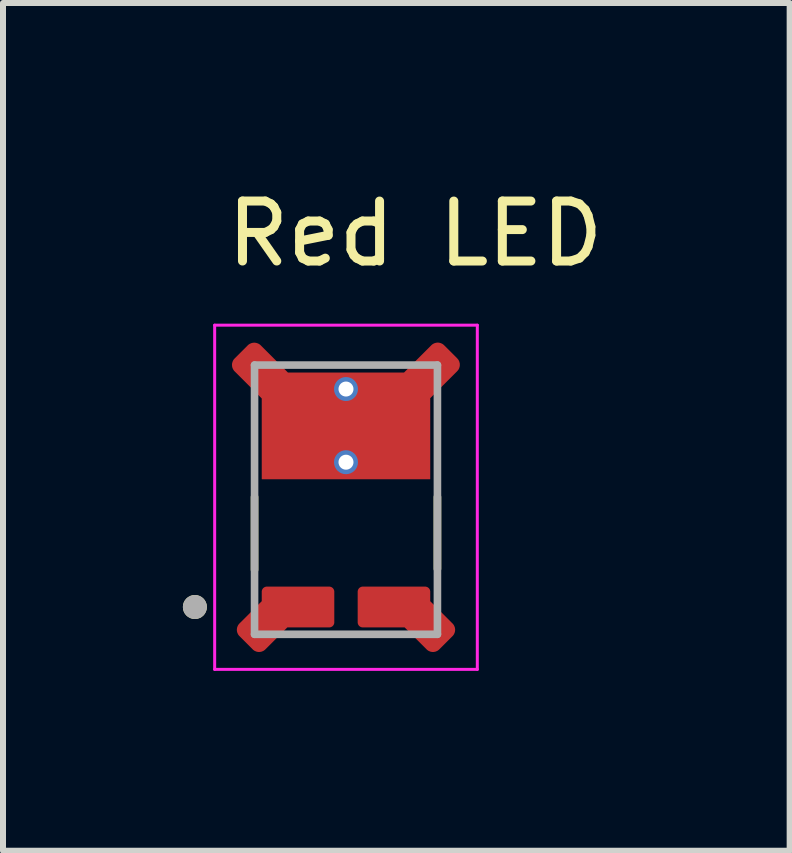
<source format=kicad_pcb>
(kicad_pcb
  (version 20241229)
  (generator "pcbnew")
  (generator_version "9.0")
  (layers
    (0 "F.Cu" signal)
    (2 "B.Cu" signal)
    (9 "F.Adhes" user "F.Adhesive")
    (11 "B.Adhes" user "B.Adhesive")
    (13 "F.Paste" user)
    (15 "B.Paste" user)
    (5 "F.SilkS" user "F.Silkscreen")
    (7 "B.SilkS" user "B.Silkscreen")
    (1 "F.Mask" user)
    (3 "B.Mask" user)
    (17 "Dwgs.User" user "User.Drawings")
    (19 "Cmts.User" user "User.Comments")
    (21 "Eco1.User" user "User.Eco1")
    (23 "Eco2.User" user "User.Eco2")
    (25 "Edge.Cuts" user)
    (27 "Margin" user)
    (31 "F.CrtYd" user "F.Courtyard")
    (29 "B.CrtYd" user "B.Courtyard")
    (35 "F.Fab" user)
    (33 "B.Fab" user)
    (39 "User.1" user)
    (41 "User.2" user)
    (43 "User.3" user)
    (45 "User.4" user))
  (footprint "Red LED"
    (layer "F.Cu")
    (at 2.72 4.563)
    (property "Reference" "Red LED" (at 1.155 -3.715 0) (layer "F.SilkS") (effects (font (size 1 1) (thickness 0.15))))
    (attr smd)
    (fp_circle (center 0 -1.125) (end 0.2 -1.125) (stroke (width 0) (type solid)) (fill yes) (layer "F.Mask"))
    (fp_circle (center 0 0.095) (end 0.2 0.095) (stroke (width 0) (type solid)) (fill yes) (layer "F.Mask"))
    (fp_poly (pts (xy -1.895 -1.65) (xy -1.9 -1.643) (xy -1.906 -1.636) (xy -1.911 -1.628) (xy -1.915 -1.621) (xy -1.919 -1.613) (xy -1.923 -1.604) (xy -1.927 -1.596) (xy -1.93 -1.587) (xy -1.933 -1.579) (xy -1.935 -1.57) (xy -1.937 -1.561) (xy -1.938 -1.552) (xy -1.939 -1.543) (xy -1.94 -1.534) (xy -1.94 -1.525) (xy -1.94 -1.516) (xy -1.939 -1.507) (xy -1.938 -1.498) (xy -1.937 -1.489) (xy -1.935 -1.48) (xy -1.933 -1.471) (xy -1.93 -1.463) (xy -1.927 -1.454) (xy -1.923 -1.446) (xy -1.919 -1.437) (xy -1.915 -1.429) (xy -1.911 -1.422) (xy -1.906 -1.414) (xy -1.9 -1.407) (xy -1.895 -1.4) (xy -1.45 -0.955) (xy -1.45 0.425) (xy -0.48 0.425) (xy -0.48 0.09) (xy 0 -0.39) (xy 0 -0.65) (xy -0.48 -1.12) (xy -0.48 -1.445) (xy -0.945 -1.445) (xy -1.4 -1.9) (xy -1.407 -1.905) (xy -1.414 -1.91) (xy -1.422 -1.915) (xy -1.429 -1.919) (xy -1.437 -1.923) (xy -1.445 -1.926) (xy -1.453 -1.93) (xy -1.462 -1.933) (xy -1.47 -1.935) (xy -1.479 -1.937) (xy -1.487 -1.939) (xy -1.496 -1.94) (xy -1.505 -1.941) (xy -1.514 -1.942) (xy -1.522 -1.942) (xy -1.531 -1.942) (xy -1.54 -1.941) (xy -1.549 -1.94) (xy -1.558 -1.939) (xy -1.566 -1.937) (xy -1.575 -1.935) (xy -1.583 -1.933) (xy -1.592 -1.93) (xy -1.6 -1.926) (xy -1.608 -1.923) (xy -1.616 -1.919) (xy -1.623 -1.915) (xy -1.631 -1.91) (xy -1.638 -1.905) (xy -1.645 -1.9) (xy -1.895 -1.65)) (stroke (width 0.01) (type solid)) (fill yes) (layer "F.Mask"))
    (fp_poly (pts (xy 1.895 -1.65) (xy 1.9 -1.643) (xy 1.906 -1.636) (xy 1.911 -1.628) (xy 1.915 -1.621) (xy 1.919 -1.613) (xy 1.923 -1.604) (xy 1.927 -1.596) (xy 1.93 -1.587) (xy 1.933 -1.579) (xy 1.935 -1.57) (xy 1.937 -1.561) (xy 1.938 -1.552) (xy 1.939 -1.543) (xy 1.94 -1.534) (xy 1.94 -1.525) (xy 1.94 -1.516) (xy 1.939 -1.507) (xy 1.938 -1.498) (xy 1.937 -1.489) (xy 1.935 -1.48) (xy 1.933 -1.471) (xy 1.93 -1.463) (xy 1.927 -1.454) (xy 1.923 -1.446) (xy 1.919 -1.437) (xy 1.915 -1.429) (xy 1.911 -1.422) (xy 1.906 -1.414) (xy 1.9 -1.407) (xy 1.895 -1.4) (xy 1.45 -0.955) (xy 1.45 0.425) (xy 0.48 0.425) (xy 0.48 0.09) (xy 0 -0.39) (xy 0 -0.65) (xy 0.48 -1.12) (xy 0.48 -1.445) (xy 0.945 -1.445) (xy 1.4 -1.9) (xy 1.407 -1.905) (xy 1.414 -1.91) (xy 1.422 -1.915) (xy 1.429 -1.919) (xy 1.437 -1.923) (xy 1.445 -1.926) (xy 1.453 -1.93) (xy 1.462 -1.933) (xy 1.47 -1.935) (xy 1.479 -1.937) (xy 1.487 -1.939) (xy 1.496 -1.94) (xy 1.505 -1.941) (xy 1.514 -1.942) (xy 1.522 -1.942) (xy 1.531 -1.942) (xy 1.54 -1.941) (xy 1.549 -1.94) (xy 1.558 -1.939) (xy 1.566 -1.937) (xy 1.575 -1.935) (xy 1.583 -1.933) (xy 1.592 -1.93) (xy 1.6 -1.926) (xy 1.608 -1.923) (xy 1.616 -1.919) (xy 1.623 -1.915) (xy 1.631 -1.91) (xy 1.638 -1.905) (xy 1.645 -1.9) (xy 1.895 -1.65)) (stroke (width 0.01) (type solid)) (fill yes) (layer "F.Mask"))
    (fp_poly (pts (xy -1.45 2.38) (xy -1.45 2.25) (xy -1.45 2.243) (xy -1.449 2.237) (xy -1.448 2.23) (xy -1.447 2.224) (xy -1.446 2.218) (xy -1.444 2.211) (xy -1.442 2.205) (xy -1.439 2.199) (xy -1.436 2.193) (xy -1.433 2.188) (xy -1.43 2.182) (xy -1.426 2.177) (xy -1.422 2.171) (xy -1.418 2.166) (xy -1.413 2.162) (xy -1.409 2.157) (xy -1.404 2.153) (xy -1.398 2.149) (xy -1.393 2.145) (xy -1.387 2.142) (xy -1.382 2.139) (xy -1.376 2.136) (xy -1.37 2.133) (xy -1.364 2.131) (xy -1.357 2.129) (xy -1.351 2.128) (xy -1.345 2.127) (xy -1.338 2.126) (xy -1.332 2.125) (xy -1.325 2.125) (xy -0.275 2.125) (xy -0.268 2.125) (xy -0.262 2.126) (xy -0.255 2.127) (xy -0.249 2.128) (xy -0.243 2.129) (xy -0.236 2.131) (xy -0.23 2.133) (xy -0.224 2.136) (xy -0.218 2.139) (xy -0.212 2.142) (xy -0.207 2.145) (xy -0.202 2.149) (xy -0.196 2.153) (xy -0.191 2.157) (xy -0.187 2.162) (xy -0.182 2.166) (xy -0.178 2.171) (xy -0.174 2.177) (xy -0.17 2.182) (xy -0.167 2.188) (xy -0.164 2.193) (xy -0.161 2.199) (xy -0.158 2.205) (xy -0.156 2.211) (xy -0.154 2.218) (xy -0.153 2.224) (xy -0.152 2.23) (xy -0.151 2.237) (xy -0.15 2.243) (xy -0.15 2.25) (xy -0.15 2.77) (xy -0.15 2.777) (xy -0.151 2.783) (xy -0.152 2.79) (xy -0.153 2.796) (xy -0.154 2.802) (xy -0.156 2.809) (xy -0.158 2.815) (xy -0.161 2.821) (xy -0.164 2.827) (xy -0.167 2.833) (xy -0.17 2.838) (xy -0.174 2.843) (xy -0.178 2.849) (xy -0.182 2.854) (xy -0.187 2.858) (xy -0.191 2.863) (xy -0.196 2.867) (xy -0.202 2.871) (xy -0.207 2.875) (xy -0.212 2.878) (xy -0.218 2.881) (xy -0.224 2.884) (xy -0.23 2.887) (xy -0.236 2.889) (xy -0.243 2.891) (xy -0.249 2.892) (xy -0.255 2.893) (xy -0.262 2.894) (xy -0.268 2.895) (xy -0.275 2.895) (xy -0.955 2.895) (xy -1.307 3.247) (xy -1.315 3.254) (xy -1.322 3.261) (xy -1.33 3.267) (xy -1.339 3.273) (xy -1.348 3.278) (xy -1.356 3.283) (xy -1.366 3.287) (xy -1.375 3.291) (xy -1.385 3.295) (xy -1.395 3.298) (xy -1.404 3.3) (xy -1.414 3.302) (xy -1.425 3.303) (xy -1.435 3.304) (xy -1.445 3.304) (xy -1.455 3.304) (xy -1.465 3.303) (xy -1.476 3.302) (xy -1.486 3.3) (xy -1.495 3.298) (xy -1.505 3.295) (xy -1.515 3.291) (xy -1.524 3.287) (xy -1.534 3.283) (xy -1.542 3.278) (xy -1.551 3.273) (xy -1.56 3.267) (xy -1.568 3.261) (xy -1.575 3.254) (xy -1.583 3.247) (xy -1.812 3.018) (xy -1.819 3.01) (xy -1.826 3.003) (xy -1.832 2.995) (xy -1.838 2.986) (xy -1.843 2.977) (xy -1.848 2.969) (xy -1.852 2.959) (xy -1.856 2.95) (xy -1.86 2.94) (xy -1.863 2.93) (xy -1.865 2.921) (xy -1.867 2.911) (xy -1.868 2.9) (xy -1.869 2.89) (xy -1.869 2.88) (xy -1.869 2.87) (xy -1.868 2.86) (xy -1.867 2.849) (xy -1.865 2.839) (xy -1.863 2.83) (xy -1.86 2.82) (xy -1.856 2.81) (xy -1.852 2.801) (xy -1.848 2.791) (xy -1.843 2.783) (xy -1.838 2.774) (xy -1.832 2.765) (xy -1.826 2.757) (xy -1.819 2.75) (xy -1.812 2.742) (xy -1.45 2.38)) (stroke (width 0.01) (type solid)) (fill yes) (layer "F.Mask"))
    (fp_poly (pts (xy 1.45 2.38) (xy 1.45 2.25) (xy 1.45 2.243) (xy 1.449 2.237) (xy 1.448 2.23) (xy 1.447 2.224) (xy 1.446 2.218) (xy 1.444 2.211) (xy 1.442 2.205) (xy 1.439 2.199) (xy 1.436 2.193) (xy 1.433 2.188) (xy 1.43 2.182) (xy 1.426 2.177) (xy 1.422 2.171) (xy 1.418 2.166) (xy 1.413 2.162) (xy 1.409 2.157) (xy 1.404 2.153) (xy 1.398 2.149) (xy 1.393 2.145) (xy 1.387 2.142) (xy 1.382 2.139) (xy 1.376 2.136) (xy 1.37 2.133) (xy 1.364 2.131) (xy 1.357 2.129) (xy 1.351 2.128) (xy 1.345 2.127) (xy 1.338 2.126) (xy 1.332 2.125) (xy 1.325 2.125) (xy 0.275 2.125) (xy 0.268 2.125) (xy 0.262 2.126) (xy 0.255 2.127) (xy 0.249 2.128) (xy 0.243 2.129) (xy 0.236 2.131) (xy 0.23 2.133) (xy 0.224 2.136) (xy 0.218 2.139) (xy 0.213 2.142) (xy 0.207 2.145) (xy 0.202 2.149) (xy 0.196 2.153) (xy 0.191 2.157) (xy 0.187 2.162) (xy 0.182 2.166) (xy 0.178 2.171) (xy 0.174 2.177) (xy 0.17 2.182) (xy 0.167 2.188) (xy 0.164 2.193) (xy 0.161 2.199) (xy 0.158 2.205) (xy 0.156 2.211) (xy 0.154 2.218) (xy 0.153 2.224) (xy 0.152 2.23) (xy 0.151 2.237) (xy 0.15 2.243) (xy 0.15 2.25) (xy 0.15 2.77) (xy 0.15 2.777) (xy 0.151 2.783) (xy 0.152 2.79) (xy 0.153 2.796) (xy 0.154 2.802) (xy 0.156 2.809) (xy 0.158 2.815) (xy 0.161 2.821) (xy 0.164 2.827) (xy 0.167 2.833) (xy 0.17 2.838) (xy 0.174 2.843) (xy 0.178 2.849) (xy 0.182 2.854) (xy 0.187 2.858) (xy 0.191 2.863) (xy 0.196 2.867) (xy 0.202 2.871) (xy 0.207 2.875) (xy 0.212 2.878) (xy 0.218 2.881) (xy 0.224 2.884) (xy 0.23 2.887) (xy 0.236 2.889) (xy 0.243 2.891) (xy 0.249 2.892) (xy 0.255 2.893) (xy 0.262 2.894) (xy 0.268 2.895) (xy 0.275 2.895) (xy 0.955 2.895) (xy 1.307 3.247) (xy 1.315 3.254) (xy 1.322 3.261) (xy 1.33 3.267) (xy 1.339 3.273) (xy 1.348 3.278) (xy 1.356 3.283) (xy 1.366 3.287) (xy 1.375 3.291) (xy 1.385 3.295) (xy 1.395 3.298) (xy 1.404 3.3) (xy 1.414 3.302) (xy 1.425 3.303) (xy 1.435 3.304) (xy 1.445 3.304) (xy 1.455 3.304) (xy 1.465 3.303) (xy 1.476 3.302) (xy 1.486 3.3) (xy 1.495 3.298) (xy 1.505 3.295) (xy 1.515 3.291) (xy 1.524 3.287) (xy 1.534 3.283) (xy 1.542 3.278) (xy 1.551 3.273) (xy 1.56 3.267) (xy 1.568 3.261) (xy 1.575 3.254) (xy 1.583 3.247) (xy 1.812 3.018) (xy 1.819 3.01) (xy 1.826 3.003) (xy 1.832 2.995) (xy 1.838 2.986) (xy 1.843 2.977) (xy 1.848 2.969) (xy 1.852 2.959) (xy 1.856 2.95) (xy 1.86 2.94) (xy 1.863 2.93) (xy 1.865 2.921) (xy 1.867 2.911) (xy 1.868 2.9) (xy 1.869 2.89) (xy 1.869 2.88) (xy 1.869 2.87) (xy 1.868 2.86) (xy 1.867 2.849) (xy 1.865 2.839) (xy 1.863 2.83) (xy 1.86 2.82) (xy 1.856 2.81) (xy 1.852 2.801) (xy 1.848 2.791) (xy 1.843 2.783) (xy 1.838 2.774) (xy 1.832 2.765) (xy 1.826 2.757) (xy 1.819 2.75) (xy 1.812 2.742) (xy 1.45 2.38)) (stroke (width 0.01) (type solid)) (fill yes) (layer "F.Mask"))
    (fp_line (start -1.525 1.89) (end -1.525 0.675) (stroke (width 0.127) (type solid)) (layer "F.SilkS"))
    (fp_line (start 1.525 0.675) (end 1.525 1.875) (stroke (width 0.127) (type solid)) (layer "F.SilkS"))
    (fp_circle (center -2.52 2.51) (end -2.42 2.51) (stroke (width 0.2) (type solid)) (fill no) (layer "F.SilkS"))
    (fp_poly (pts (xy -0.36 2.25) (xy -0.28 2.33) (xy -0.28 2.68) (xy -0.36 2.76) (xy -0.94 2.76) (xy -1.39 3.21) (xy -1.51 3.21) (xy -1.77 2.95) (xy -1.77 2.83) (xy -1.32 2.38) (xy -1.32 2.33) (xy -1.24 2.25)) (stroke (width 0.01) (type solid)) (fill yes) (layer "F.Paste"))
    (fp_poly (pts (xy 0.36 2.25) (xy 0.28 2.33) (xy 0.28 2.68) (xy 0.36 2.76) (xy 0.94 2.76) (xy 1.39 3.21) (xy 1.51 3.21) (xy 1.77 2.95) (xy 1.77 2.83) (xy 1.32 2.38) (xy 1.32 2.33) (xy 1.24 2.25)) (stroke (width 0.01) (type solid)) (fill yes) (layer "F.Paste"))
    (fp_poly (pts (xy -0.59 -1.32) (xy -0.5 -1.23) (xy -0.5 -1.11) (xy 0 -0.62) (xy 0 -0.42) (xy -0.5 0.08) (xy -0.5 0.2) (xy -0.59 0.29) (xy -1.24 0.29) (xy -1.32 0.21) (xy -1.32 -0.94) (xy -1.83 -1.45) (xy -1.83 -1.62) (xy -1.62 -1.83) (xy -1.45 -1.83) (xy -0.94 -1.32)) (stroke (width 0.01) (type solid)) (fill yes) (layer "F.Paste"))
    (fp_poly (pts (xy 0.6 -1.32) (xy 0.5 -1.22) (xy 0.5 -1.11) (xy 0 -0.61) (xy 0 -0.42) (xy 0.5 0.08) (xy 0.5 0.2) (xy 0.59 0.29) (xy 1.24 0.29) (xy 1.32 0.21) (xy 1.32 -0.94) (xy 1.83 -1.45) (xy 1.83 -1.62) (xy 1.62 -1.83) (xy 1.44 -1.83) (xy 0.93 -1.32)) (stroke (width 0.01) (type solid)) (fill yes) (layer "F.Paste"))
    (fp_line (start -2.19 -2.19) (end -2.19 3.55) (stroke (width 0.05) (type solid)) (layer "F.CrtYd"))
    (fp_line (start -2.19 3.55) (end 2.19 3.55) (stroke (width 0.05) (type solid)) (layer "F.CrtYd"))
    (fp_line (start 2.19 -2.19) (end -2.19 -2.19) (stroke (width 0.05) (type solid)) (layer "F.CrtYd"))
    (fp_line (start 2.19 3.55) (end 2.19 -2.19) (stroke (width 0.05) (type solid)) (layer "F.CrtYd"))
    (fp_line (start -1.525 -1.525) (end 1.525 -1.525) (stroke (width 0.127) (type solid)) (layer "F.Fab"))
    (fp_line (start -1.525 2.965) (end -1.525 -1.525) (stroke (width 0.127) (type solid)) (layer "F.Fab"))
    (fp_line (start 1.525 -1.525) (end 1.525 2.965) (stroke (width 0.127) (type solid)) (layer "F.Fab"))
    (fp_line (start 1.525 2.965) (end -1.525 2.965) (stroke (width 0.127) (type solid)) (layer "F.Fab"))
    (fp_circle (center -2.52 2.51) (end -2.42 2.51) (stroke (width 0.2) (type solid)) (fill no) (layer "F.Fab"))
    (pad "1" smd custom (at -0.8 2.51) (size 0.5 0.5) (layers "F.Cu") (options (anchor rect)) (primitives (gr_poly (pts (xy -0.753 0.702) (xy -0.972 0.483) (xy -0.978 0.477) (xy -0.983 0.471) (xy -0.987 0.465) (xy -0.992 0.459) (xy -0.996 0.452) (xy -0.999 0.446) (xy -1.002 0.439) (xy -1.005 0.432) (xy -1.008 0.425) (xy -1.01 0.418) (xy -1.012 0.41) (xy -1.013 0.403) (xy -1.014 0.395) (xy -1.015 0.388) (xy -1.015 0.38) (xy -1.015 0.372) (xy -1.014 0.365) (xy -1.013 0.357) (xy -1.012 0.35) (xy -1.01 0.342) (xy -1.008 0.335) (xy -1.005 0.328) (xy -1.002 0.321) (xy -0.999 0.314) (xy -0.996 0.308) (xy -0.992 0.301) (xy -0.987 0.295) (xy -0.983 0.289) (xy -0.978 0.283) (xy -0.972 0.277) (xy -0.6 -0.095) (xy -0.6 -0.255) (xy -0.6 -0.259) (xy -0.6 -0.263) (xy -0.599 -0.268) (xy -0.598 -0.272) (xy -0.597 -0.276) (xy -0.596 -0.28) (xy -0.595 -0.284) (xy -0.593 -0.288) (xy -0.591 -0.291) (xy -0.589 -0.295) (xy -0.587 -0.299) (xy -0.585 -0.302) (xy -0.582 -0.305) (xy -0.579 -0.309) (xy -0.577 -0.312) (xy -0.574 -0.314) (xy -0.57 -0.317) (xy -0.567 -0.32) (xy -0.564 -0.322) (xy -0.56 -0.324) (xy -0.556 -0.326) (xy -0.553 -0.328) (xy -0.549 -0.33) (xy -0.545 -0.331) (xy -0.541 -0.332) (xy -0.537 -0.333) (xy -0.533 -0.334) (xy -0.528 -0.335) (xy -0.524 -0.335) (xy -0.52 -0.335) (xy 0.52 -0.335) (xy 0.524 -0.335) (xy 0.528 -0.335) (xy 0.533 -0.334) (xy 0.537 -0.333) (xy 0.541 -0.332) (xy 0.545 -0.331) (xy 0.549 -0.33) (xy 0.553 -0.328) (xy 0.556 -0.326) (xy 0.56 -0.324) (xy 0.564 -0.322) (xy 0.567 -0.32) (xy 0.57 -0.317) (xy 0.574 -0.314) (xy 0.577 -0.312) (xy 0.579 -0.309) (xy 0.582 -0.305) (xy 0.585 -0.302) (xy 0.587 -0.299) (xy 0.589 -0.295) (xy 0.591 -0.291) (xy 0.593 -0.288) (xy 0.595 -0.284) (xy 0.596 -0.28) (xy 0.597 -0.276) (xy 0.598 -0.272) (xy 0.599 -0.268) (xy 0.6 -0.263) (xy 0.6 -0.259) (xy 0.6 -0.255) (xy 0.6 0.255) (xy 0.6 0.259) (xy 0.6 0.263) (xy 0.599 0.268) (xy 0.598 0.272) (xy 0.597 0.276) (xy 0.596 0.28) (xy 0.595 0.284) (xy 0.593 0.288) (xy 0.591 0.291) (xy 0.589 0.295) (xy 0.587 0.299) (xy 0.585 0.302) (xy 0.582 0.305) (xy 0.579 0.309) (xy 0.577 0.312) (xy 0.574 0.314) (xy 0.57 0.317) (xy 0.567 0.32) (xy 0.564 0.322) (xy 0.56 0.324) (xy 0.556 0.326) (xy 0.553 0.328) (xy 0.549 0.33) (xy 0.545 0.331) (xy 0.541 0.332) (xy 0.537 0.333) (xy 0.533 0.334) (xy 0.528 0.335) (xy 0.524 0.335) (xy 0.52 0.335) (xy -0.18 0.335) (xy -0.547 0.702) (xy -0.553 0.708) (xy -0.559 0.713) (xy -0.565 0.717) (xy -0.571 0.722) (xy -0.578 0.726) (xy -0.584 0.729) (xy -0.591 0.732) (xy -0.598 0.735) (xy -0.605 0.738) (xy -0.612 0.74) (xy -0.62 0.742) (xy -0.627 0.743) (xy -0.635 0.744) (xy -0.642 0.745) (xy -0.65 0.745) (xy -0.658 0.745) (xy -0.665 0.744) (xy -0.673 0.743) (xy -0.68 0.742) (xy -0.688 0.74) (xy -0.695 0.738) (xy -0.702 0.735) (xy -0.709 0.732) (xy -0.716 0.729) (xy -0.722 0.726) (xy -0.729 0.722) (xy -0.735 0.717) (xy -0.741 0.713) (xy -0.747 0.708) (xy -0.753 0.702) (xy -0.753 0.702)) (width 0.01) (fill yes))))
    (pad "2" smd custom (at 0.8 2.51) (size 0.5 0.5) (layers "F.Cu") (options (anchor rect)) (primitives (gr_poly (pts (xy 0.753 0.702) (xy 0.972 0.483) (xy 0.978 0.477) (xy 0.983 0.471) (xy 0.987 0.465) (xy 0.992 0.459) (xy 0.996 0.452) (xy 0.999 0.446) (xy 1.002 0.439) (xy 1.005 0.432) (xy 1.008 0.425) (xy 1.01 0.418) (xy 1.012 0.41) (xy 1.013 0.403) (xy 1.014 0.395) (xy 1.015 0.388) (xy 1.015 0.38) (xy 1.015 0.372) (xy 1.014 0.365) (xy 1.013 0.357) (xy 1.012 0.35) (xy 1.01 0.342) (xy 1.008 0.335) (xy 1.005 0.328) (xy 1.002 0.321) (xy 0.999 0.314) (xy 0.996 0.308) (xy 0.992 0.301) (xy 0.987 0.295) (xy 0.983 0.289) (xy 0.978 0.283) (xy 0.972 0.277) (xy 0.6 -0.095) (xy 0.6 -0.255) (xy 0.6 -0.259) (xy 0.6 -0.263) (xy 0.599 -0.268) (xy 0.598 -0.272) (xy 0.597 -0.276) (xy 0.596 -0.28) (xy 0.595 -0.284) (xy 0.593 -0.288) (xy 0.591 -0.291) (xy 0.589 -0.295) (xy 0.587 -0.299) (xy 0.585 -0.302) (xy 0.582 -0.305) (xy 0.579 -0.309) (xy 0.577 -0.312) (xy 0.574 -0.314) (xy 0.57 -0.317) (xy 0.567 -0.32) (xy 0.564 -0.322) (xy 0.56 -0.324) (xy 0.556 -0.326) (xy 0.553 -0.328) (xy 0.549 -0.33) (xy 0.545 -0.331) (xy 0.541 -0.332) (xy 0.537 -0.333) (xy 0.533 -0.334) (xy 0.528 -0.335) (xy 0.524 -0.335) (xy 0.52 -0.335) (xy -0.52 -0.335) (xy -0.524 -0.335) (xy -0.528 -0.335) (xy -0.533 -0.334) (xy -0.537 -0.333) (xy -0.541 -0.332) (xy -0.545 -0.331) (xy -0.549 -0.33) (xy -0.553 -0.328) (xy -0.556 -0.326) (xy -0.56 -0.324) (xy -0.564 -0.322) (xy -0.567 -0.32) (xy -0.57 -0.317) (xy -0.574 -0.314) (xy -0.577 -0.312) (xy -0.579 -0.309) (xy -0.582 -0.305) (xy -0.585 -0.302) (xy -0.587 -0.299) (xy -0.589 -0.295) (xy -0.591 -0.291) (xy -0.593 -0.288) (xy -0.595 -0.284) (xy -0.596 -0.28) (xy -0.597 -0.276) (xy -0.598 -0.272) (xy -0.599 -0.268) (xy -0.6 -0.263) (xy -0.6 -0.259) (xy -0.6 -0.255) (xy -0.6 0.255) (xy -0.6 0.259) (xy -0.6 0.263) (xy -0.599 0.268) (xy -0.598 0.272) (xy -0.597 0.276) (xy -0.596 0.28) (xy -0.595 0.284) (xy -0.593 0.288) (xy -0.591 0.291) (xy -0.589 0.295) (xy -0.587 0.299) (xy -0.585 0.302) (xy -0.582 0.305) (xy -0.579 0.309) (xy -0.577 0.312) (xy -0.574 0.314) (xy -0.57 0.317) (xy -0.567 0.32) (xy -0.564 0.322) (xy -0.56 0.324) (xy -0.556 0.326) (xy -0.553 0.328) (xy -0.549 0.33) (xy -0.545 0.331) (xy -0.541 0.332) (xy -0.537 0.333) (xy -0.533 0.334) (xy -0.528 0.335) (xy -0.524 0.335) (xy -0.52 0.335) (xy 0.18 0.335) (xy 0.547 0.702) (xy 0.553 0.708) (xy 0.559 0.713) (xy 0.565 0.717) (xy 0.571 0.722) (xy 0.578 0.726) (xy 0.584 0.729) (xy 0.591 0.732) (xy 0.598 0.735) (xy 0.605 0.738) (xy 0.612 0.74) (xy 0.62 0.742) (xy 0.627 0.743) (xy 0.635 0.744) (xy 0.642 0.745) (xy 0.65 0.745) (xy 0.658 0.745) (xy 0.665 0.744) (xy 0.673 0.743) (xy 0.68 0.742) (xy 0.688 0.74) (xy 0.695 0.738) (xy 0.702 0.735) (xy 0.709 0.732) (xy 0.716 0.729) (xy 0.722 0.726) (xy 0.729 0.722) (xy 0.735 0.717) (xy 0.741 0.713) (xy 0.747 0.708) (xy 0.753 0.702) (xy 0.753 0.702)) (width 0.01) (fill yes))))
    (pad "3" smd custom (at 0 -0.51) (size 0.8 0.8) (layers "F.Cu") (options (anchor rect)) (primitives (gr_poly (pts (xy -1.85 -1.125) (xy -1.856 -1.119) (xy -1.861 -1.113) (xy -1.866 -1.107) (xy -1.871 -1.101) (xy -1.875 -1.094) (xy -1.879 -1.087) (xy -1.882 -1.08) (xy -1.885 -1.073) (xy -1.888 -1.066) (xy -1.89 -1.058) (xy -1.892 -1.051) (xy -1.894 -1.043) (xy -1.895 -1.036) (xy -1.896 -1.028) (xy -1.896 -1.02) (xy -1.896 -1.012) (xy -1.895 -1.005) (xy -1.895 -0.997) (xy -1.893 -0.989) (xy -1.892 -0.982) (xy -1.89 -0.974) (xy -1.887 -0.967) (xy -1.884 -0.959) (xy -1.881 -0.952) (xy -1.877 -0.945) (xy -1.873 -0.939) (xy -1.869 -0.932) (xy -1.865 -0.926) (xy -1.86 -0.92) (xy -1.855 -0.915) (xy -1.4 -0.46) (xy -1.4 0.885) (xy 1.4 0.885) (xy 1.4 -0.465) (xy 1.85 -0.915) (xy 1.855 -0.921) (xy 1.86 -0.927) (xy 1.865 -0.933) (xy 1.87 -0.939) (xy 1.874 -0.946) (xy 1.877 -0.953) (xy 1.881 -0.96) (xy 1.884 -0.967) (xy 1.886 -0.974) (xy 1.888 -0.982) (xy 1.89 -0.989) (xy 1.892 -0.997) (xy 1.893 -1.004) (xy 1.893 -1.012) (xy 1.893 -1.02) (xy 1.893 -1.028) (xy 1.893 -1.036) (xy 1.892 -1.043) (xy 1.89 -1.051) (xy 1.888 -1.058) (xy 1.886 -1.066) (xy 1.884 -1.073) (xy 1.881 -1.08) (xy 1.877 -1.087) (xy 1.874 -1.094) (xy 1.87 -1.101) (xy 1.865 -1.107) (xy 1.86 -1.113) (xy 1.855 -1.119) (xy 1.85 -1.125) (xy 1.635 -1.34) (xy 1.63 -1.345) (xy 1.624 -1.35) (xy 1.618 -1.355) (xy 1.612 -1.359) (xy 1.606 -1.363) (xy 1.599 -1.367) (xy 1.592 -1.37) (xy 1.586 -1.373) (xy 1.578 -1.376) (xy 1.571 -1.378) (xy 1.564 -1.38) (xy 1.556 -1.382) (xy 1.549 -1.383) (xy 1.541 -1.384) (xy 1.534 -1.384) (xy 1.526 -1.384) (xy 1.519 -1.384) (xy 1.511 -1.383) (xy 1.504 -1.382) (xy 1.496 -1.38) (xy 1.489 -1.378) (xy 1.482 -1.376) (xy 1.474 -1.373) (xy 1.467 -1.37) (xy 1.461 -1.367) (xy 1.454 -1.363) (xy 1.448 -1.359) (xy 1.441 -1.355) (xy 1.436 -1.35) (xy 1.43 -1.345) (xy 0.97 -0.885) (xy -0.97 -0.885) (xy -1.425 -1.34) (xy -1.431 -1.346) (xy -1.437 -1.351) (xy -1.443 -1.355) (xy -1.45 -1.36) (xy -1.456 -1.364) (xy -1.463 -1.367) (xy -1.47 -1.37) (xy -1.477 -1.373) (xy -1.485 -1.376) (xy -1.492 -1.378) (xy -1.499 -1.38) (xy -1.507 -1.381) (xy -1.515 -1.382) (xy -1.522 -1.383) (xy -1.53 -1.383) (xy -1.538 -1.383) (xy -1.545 -1.382) (xy -1.553 -1.381) (xy -1.561 -1.38) (xy -1.568 -1.378) (xy -1.575 -1.376) (xy -1.583 -1.373) (xy -1.59 -1.37) (xy -1.597 -1.367) (xy -1.604 -1.364) (xy -1.61 -1.36) (xy -1.617 -1.355) (xy -1.623 -1.351) (xy -1.629 -1.346) (xy -1.635 -1.34) (xy -1.85 -1.125)) (width 0.01) (fill yes))))
    (pad "4" thru_hole circle (at 0 0.095) (size 0.4 0.4) (drill 0.25) (layers "*.Cu"))
    (pad "5" thru_hole circle (at 0 -1.125) (size 0.4 0.4) (drill 0.25) (layers "*.Cu"))
    (zone (net_name "") (layer "F.Cu") (hatch full 0.508) (connect_pads) (min_thickness 0.01) (filled_areas_thickness no) (keepout (tracks not_allowed) (vias not_allowed) (pads not_allowed) (copperpour not_allowed) (footprints allowed)) (placement (enabled no)) (fill) (polygon (pts (xy 1.18 6.223) (xy 4.26 6.223) (xy 4.26 6.723) (xy 1.18 6.723)))))
  (gr_rect
    (start -3 -3)
    (end 10.119 11.138)
    (stroke (width 0.1) (type default))
    (fill no)
    (layer "Edge.Cuts")))
</source>
